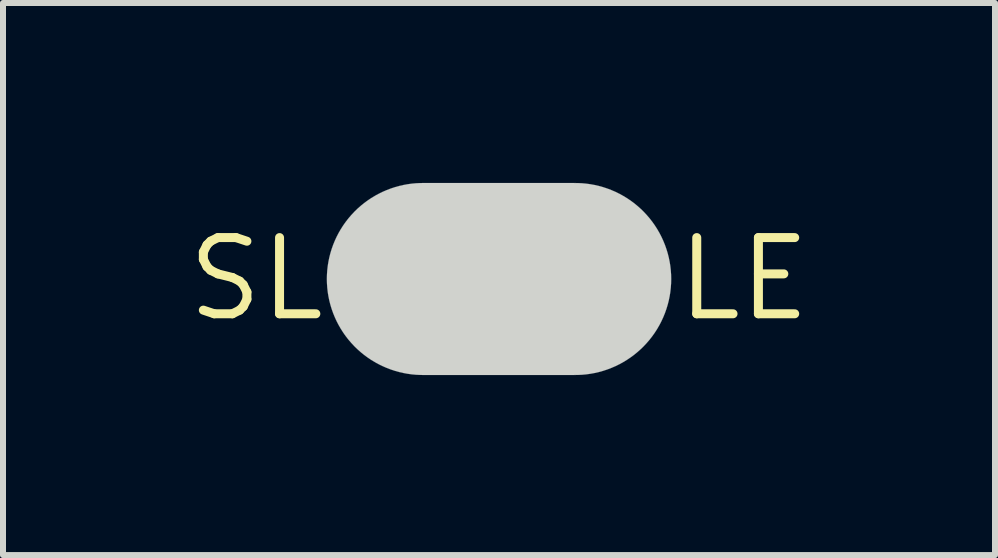
<source format=kicad_pcb>
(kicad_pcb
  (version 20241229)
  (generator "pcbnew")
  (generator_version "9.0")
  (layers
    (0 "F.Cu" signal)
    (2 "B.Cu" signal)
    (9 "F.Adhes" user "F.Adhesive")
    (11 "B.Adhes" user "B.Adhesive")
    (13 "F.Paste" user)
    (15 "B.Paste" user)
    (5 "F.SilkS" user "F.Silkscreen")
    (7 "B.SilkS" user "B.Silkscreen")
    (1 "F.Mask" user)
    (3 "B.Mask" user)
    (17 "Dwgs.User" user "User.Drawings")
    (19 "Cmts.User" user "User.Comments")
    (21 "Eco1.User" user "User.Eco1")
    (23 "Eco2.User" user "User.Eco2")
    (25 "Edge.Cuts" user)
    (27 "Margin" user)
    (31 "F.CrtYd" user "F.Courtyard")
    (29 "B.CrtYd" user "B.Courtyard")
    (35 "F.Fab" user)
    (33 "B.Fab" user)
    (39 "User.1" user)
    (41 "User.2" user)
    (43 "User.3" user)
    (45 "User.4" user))
  (footprint "SLOT_HOLE"
    (layer "F.Cu")
    (at 5.269 1.601)
    (property "Reference" "SLOT_HOLE" (at 0 0 0) (layer "F.SilkS") (effects (font (size 1.27 1.27) (thickness 0.15))))
    (attr through_hole)
    (fp_line (start -1.27 -1.6) (end 1.27 -1.6) (stroke (width 0.003) (type solid)) (layer "Edge.Cuts"))
    (fp_line (start -1.27 0) (end 1.27 0) (stroke (width 3.2) (type solid)) (layer "Edge.Cuts"))
    (fp_line (start -1.27 1.6) (end 1.27 1.6) (stroke (width 0.003) (type solid)) (layer "Edge.Cuts"))
    (fp_arc (start -1.27 1.6) (mid -2.87 0) (end -1.27 -1.6) (stroke (width 0.00254) (type solid)) (layer "Edge.Cuts"))
    (fp_arc (start 1.27 -1.6) (mid 2.87 0) (end 1.27 1.6) (stroke (width 0.00254) (type solid)) (layer "Edge.Cuts"))
    (fp_text user "CUT OUT" (at 0 0 0) (layer "Edge.Cuts") (effects (font (size 0.724 0.724) (thickness 0.061)))))
  (gr_rect
    (start -3 -3)
    (end 13.537 6.203)
    (stroke (width 0.1) (type default))
    (fill no)
    (layer "Edge.Cuts")))
</source>
